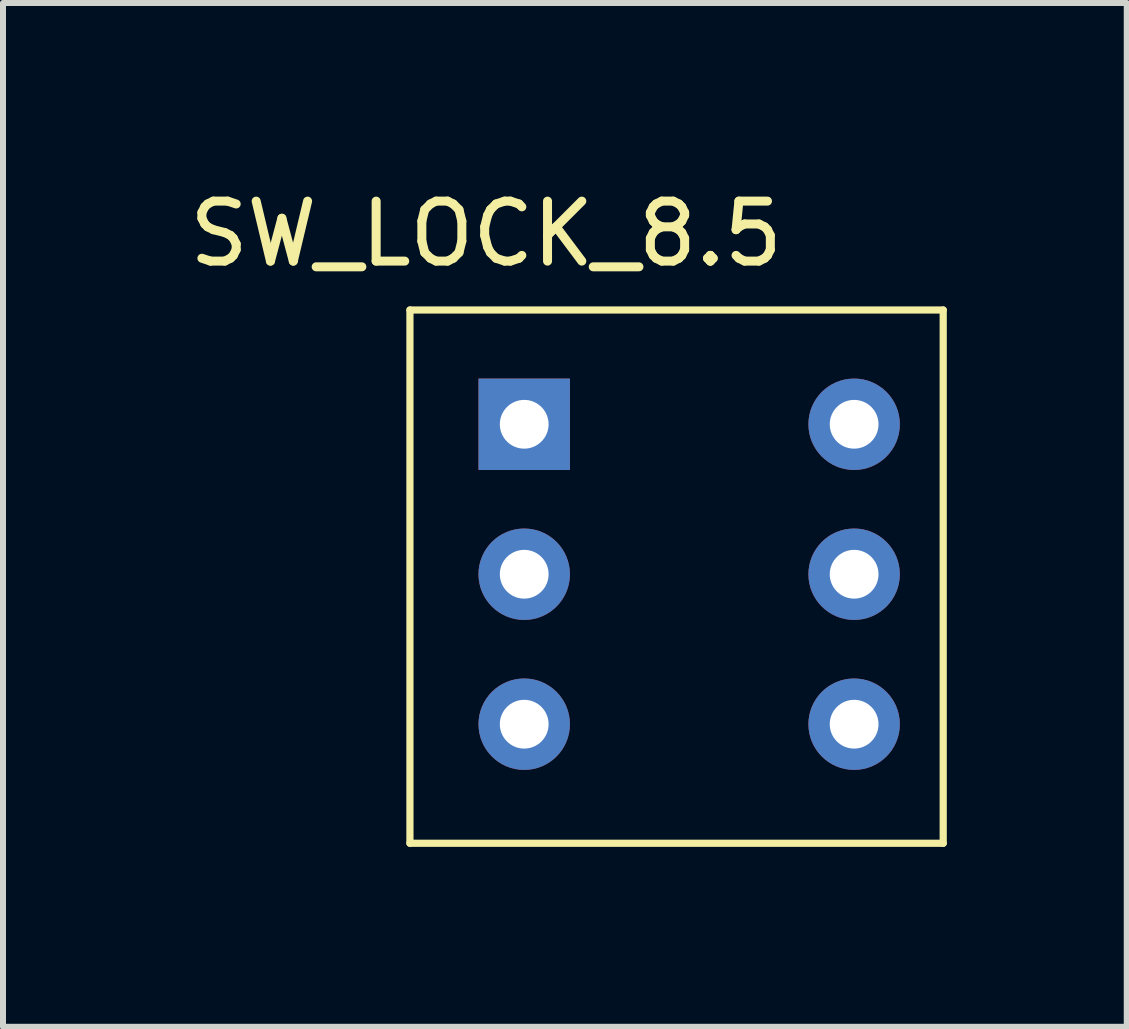
<source format=kicad_pcb>
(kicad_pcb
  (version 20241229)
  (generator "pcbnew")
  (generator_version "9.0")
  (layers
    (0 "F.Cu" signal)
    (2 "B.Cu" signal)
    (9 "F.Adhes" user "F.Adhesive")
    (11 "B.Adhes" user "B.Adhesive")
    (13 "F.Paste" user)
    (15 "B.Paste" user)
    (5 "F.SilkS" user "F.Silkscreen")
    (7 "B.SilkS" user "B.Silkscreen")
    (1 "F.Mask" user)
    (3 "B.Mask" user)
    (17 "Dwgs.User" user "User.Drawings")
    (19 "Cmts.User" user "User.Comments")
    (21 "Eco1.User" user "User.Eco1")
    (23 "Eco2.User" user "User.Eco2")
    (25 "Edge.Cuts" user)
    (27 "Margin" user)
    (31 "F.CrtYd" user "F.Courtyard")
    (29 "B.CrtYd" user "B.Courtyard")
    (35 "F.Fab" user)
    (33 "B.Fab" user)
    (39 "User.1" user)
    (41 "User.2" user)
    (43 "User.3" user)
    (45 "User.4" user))
  (footprint "SW_LOCK_8.5"
    (layer "F.Cu")
    (at 8.229 6.563)
    (property "Reference" "SW_LOCK_8.5" (at -3.175 -5.715 0) (layer "F.SilkS") (effects (font (size 1 1) (thickness 0.15))))
    (attr through_hole)
    (fp_line (start -4.445 -4.445) (end 4.445 -4.445) (stroke (width 0.12) (type solid)) (layer "F.SilkS"))
    (fp_line (start -4.445 4.445) (end -4.445 -4.445) (stroke (width 0.12) (type solid)) (layer "F.SilkS"))
    (fp_line (start 4.445 -4.445) (end 4.445 4.445) (stroke (width 0.12) (type solid)) (layer "F.SilkS"))
    (fp_line (start 4.445 4.445) (end -4.445 4.445) (stroke (width 0.12) (type solid)) (layer "F.SilkS"))
    (pad "1" thru_hole rect (at -2.54 -2.54) (size 1.524 1.524) (drill 0.813) (layers "*.Cu" "*.Mask"))
    (pad "2" thru_hole circle (at -2.54 -0.04) (size 1.524 1.524) (drill 0.813) (layers "*.Cu" "*.Mask"))
    (pad "3" thru_hole circle (at -2.54 2.46) (size 1.524 1.524) (drill 0.813) (layers "*.Cu" "*.Mask"))
    (pad "4" thru_hole circle (at 2.96 -2.54) (size 1.524 1.524) (drill 0.813) (layers "*.Cu" "*.Mask"))
    (pad "5" thru_hole circle (at 2.96 -0.04) (size 1.524 1.524) (drill 0.813) (layers "*.Cu" "*.Mask"))
    (pad "6" thru_hole circle (at 2.96 2.46) (size 1.524 1.524) (drill 0.813) (layers "*.Cu" "*.Mask")))
  (gr_rect
    (start -3 -3)
    (end 15.734 14.068)
    (stroke (width 0.1) (type default))
    (fill no)
    (layer "Edge.Cuts")))
</source>
